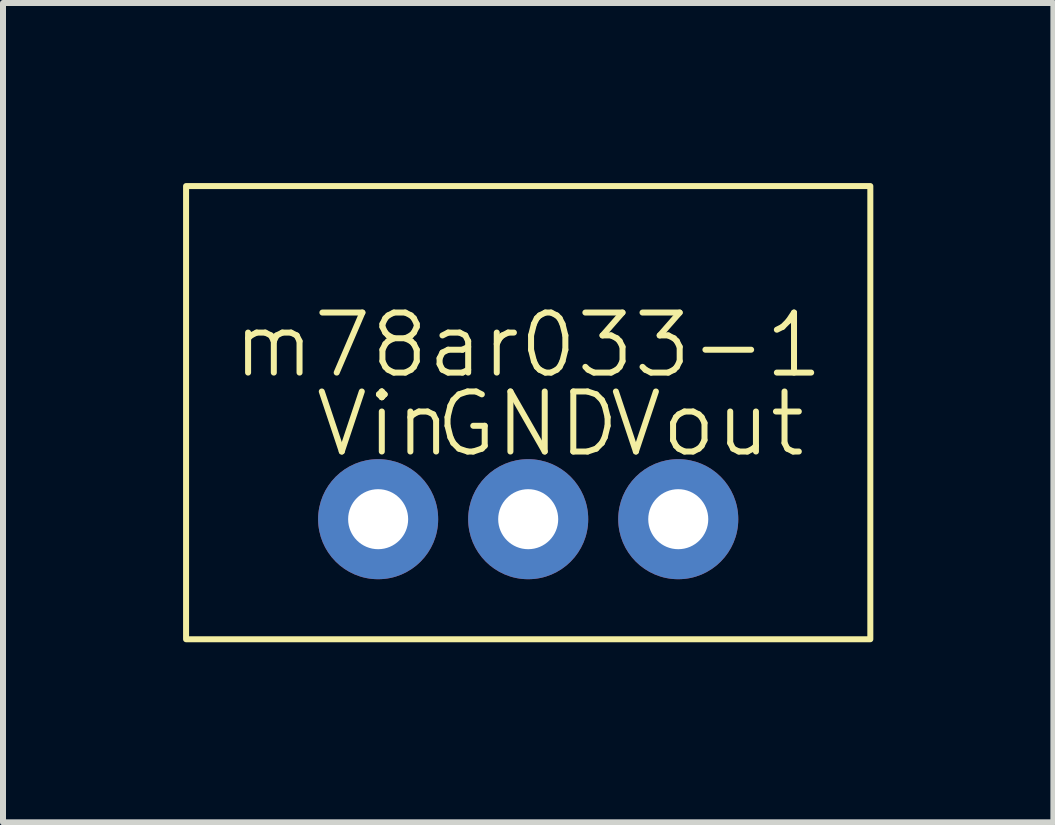
<source format=kicad_pcb>
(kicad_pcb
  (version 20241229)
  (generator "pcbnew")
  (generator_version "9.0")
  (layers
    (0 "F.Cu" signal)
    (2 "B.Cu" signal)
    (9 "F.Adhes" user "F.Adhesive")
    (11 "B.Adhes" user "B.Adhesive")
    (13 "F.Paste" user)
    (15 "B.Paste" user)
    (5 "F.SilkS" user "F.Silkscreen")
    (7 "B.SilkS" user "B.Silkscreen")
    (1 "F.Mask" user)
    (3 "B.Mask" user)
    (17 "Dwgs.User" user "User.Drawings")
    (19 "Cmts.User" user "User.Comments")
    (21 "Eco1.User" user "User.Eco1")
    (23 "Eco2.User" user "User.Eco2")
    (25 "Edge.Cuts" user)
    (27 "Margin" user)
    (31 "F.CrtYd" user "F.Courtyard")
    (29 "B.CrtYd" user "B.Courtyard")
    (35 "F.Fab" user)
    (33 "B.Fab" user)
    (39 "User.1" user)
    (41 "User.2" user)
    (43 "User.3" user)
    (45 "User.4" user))
  (footprint "m78ar033-1"
    (layer "F.Cu")
    (at 5.75 5.6)
    (property "Reference" "m78ar033-1" (at 0 -2.9 0) (unlocked yes) (layer "F.SilkS") (effects (font (size 1 1) (thickness 0.1))))
    (attr smd)
    (fp_rect (start -5.7 -5.55) (end 5.7 2) (stroke (width 0.1) (type default)) (fill no) (layer "F.SilkS"))
    (fp_text user "GND" (at -1.6 -1 0) (unlocked yes) (layer "F.SilkS") (effects (font (size 1 1) (thickness 0.1)) (justify left bottom)))
    (fp_text user "Vout" (at 1.3 -1 0) (unlocked yes) (layer "F.SilkS") (effects (font (size 1 1) (thickness 0.1)) (justify left bottom)))
    (fp_text user "Vin" (at -3.6 -1 0) (unlocked yes) (layer "F.SilkS") (effects (font (size 1 1) (thickness 0.1)) (justify left bottom)))
    (pad "1" thru_hole circle (at -2.5 0) (size 2 2) (drill 1) (layers "*.Cu" "*.Mask"))
    (pad "2" thru_hole circle (at 0 0) (size 2 2) (drill 1) (layers "*.Cu" "*.Mask"))
    (pad "3" thru_hole circle (at 2.5 0) (size 2 2) (drill 1) (layers "*.Cu" "*.Mask")))
  (gr_rect
    (start -3 -3)
    (end 14.5 10.65)
    (stroke (width 0.1) (type default))
    (fill no)
    (layer "Edge.Cuts")))
</source>
